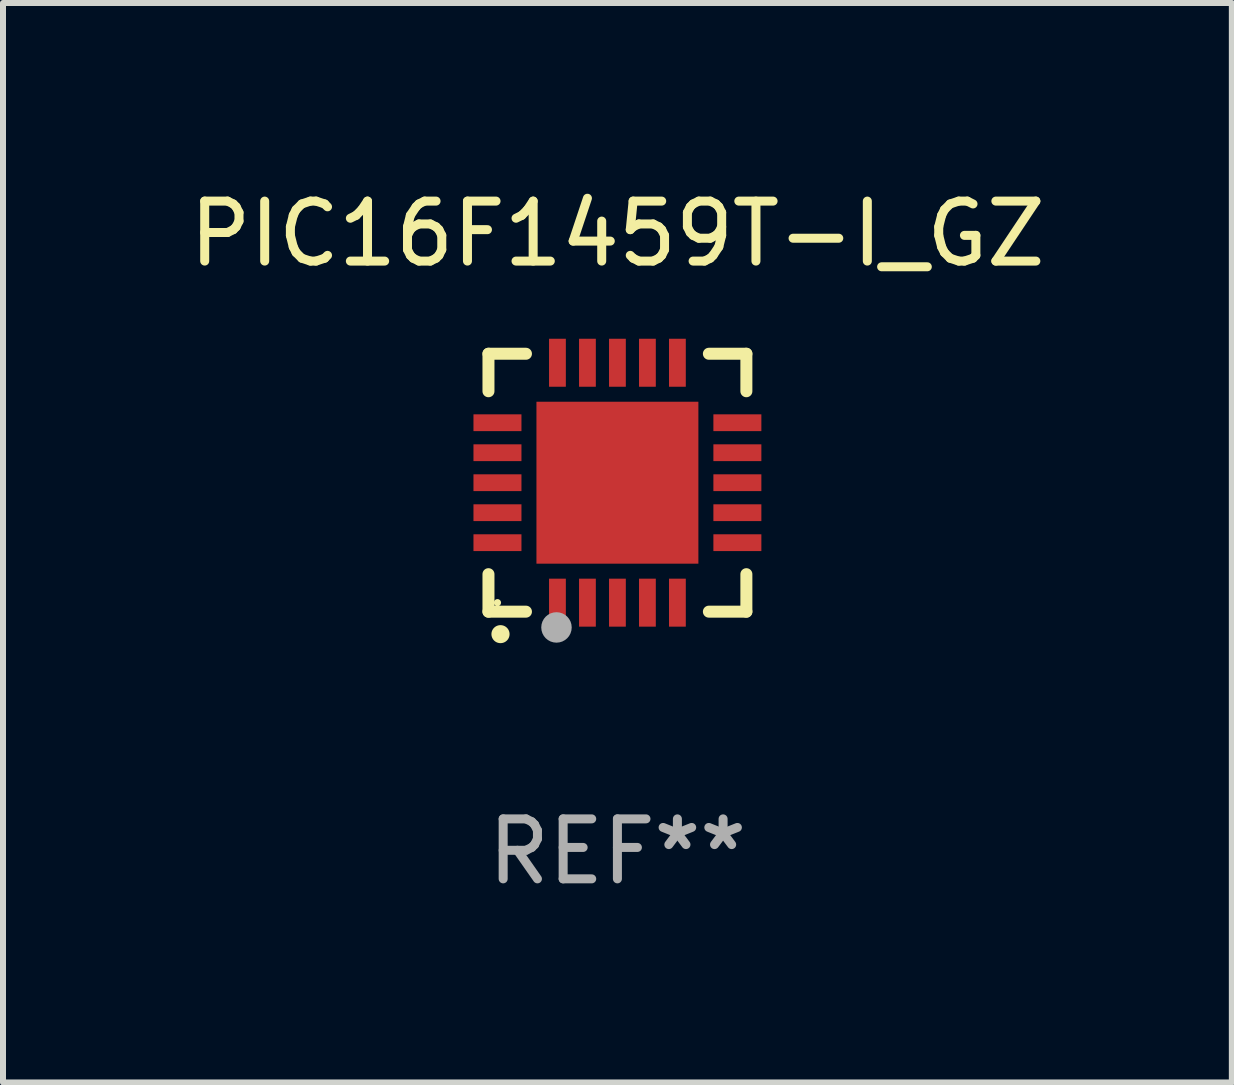
<source format=kicad_pcb>
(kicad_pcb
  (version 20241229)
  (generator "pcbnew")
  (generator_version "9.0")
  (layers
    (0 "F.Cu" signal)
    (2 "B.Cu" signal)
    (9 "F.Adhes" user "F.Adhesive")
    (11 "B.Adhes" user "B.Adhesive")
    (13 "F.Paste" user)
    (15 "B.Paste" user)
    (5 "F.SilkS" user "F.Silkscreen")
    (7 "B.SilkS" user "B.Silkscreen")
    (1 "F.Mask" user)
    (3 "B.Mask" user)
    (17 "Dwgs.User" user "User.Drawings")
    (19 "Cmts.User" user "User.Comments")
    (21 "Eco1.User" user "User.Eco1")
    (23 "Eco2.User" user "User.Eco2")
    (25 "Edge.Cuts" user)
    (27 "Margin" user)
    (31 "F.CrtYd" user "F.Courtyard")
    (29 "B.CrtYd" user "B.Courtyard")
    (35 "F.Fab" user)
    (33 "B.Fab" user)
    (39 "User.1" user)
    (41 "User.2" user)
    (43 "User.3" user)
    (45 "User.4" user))
  (footprint "PIC16F1459T-I_GZ"
    (layer "F.Cu")
    (at 7.244 4.998)
    (property "Reference" "PIC16F1459T-I_GZ" (at 0 -4.15 0) (layer "F.SilkS") (effects (font (size 1 1) (thickness 0.15))))
    (attr through_hole)
    (fp_line (start -2.15 -2.15) (end -2.15 -1.525) (stroke (width 0.2) (type solid)) (layer "F.SilkS"))
    (fp_line (start -2.15 2.15) (end -2.15 1.525) (stroke (width 0.2) (type solid)) (layer "F.SilkS"))
    (fp_line (start -1.525 -2.15) (end -2.15 -2.15) (stroke (width 0.2) (type solid)) (layer "F.SilkS"))
    (fp_line (start -1.525 2.15) (end -2.15 2.15) (stroke (width 0.2) (type solid)) (layer "F.SilkS"))
    (fp_line (start 1.525 2.15) (end 2.15 2.15) (stroke (width 0.2) (type solid)) (layer "F.SilkS"))
    (fp_line (start 2.15 -2.15) (end 1.525 -2.15) (stroke (width 0.2) (type solid)) (layer "F.SilkS"))
    (fp_line (start 2.15 -1.525) (end 2.15 -2.15) (stroke (width 0.2) (type solid)) (layer "F.SilkS"))
    (fp_line (start 2.15 2.15) (end 2.15 1.525) (stroke (width 0.2) (type solid)) (layer "F.SilkS"))
    (fp_arc (start -1.950724 2.524765) (mid -1.949454 2.52476) (end -1.948184 2.524765) (stroke (width 0.3) (type solid)) (layer "F.SilkS"))
    (fp_circle (center -2 2) (end -1.97 2) (stroke (width 0.06) (type solid)) (fill no) (layer "F.SilkS"))
    (fp_circle (center -1.016 2.413) (end -0.889 2.413) (stroke (width 0.254) (type solid)) (fill no) (layer "F.Fab"))
    (fp_text user "REF**" (at 0 6.15 0) (layer "F.Fab") (effects (font (size 1 1) (thickness 0.15))))
    (pad "1" smd rect (at -1 2 180) (size 0.28 0.8) (layers "F.Cu" "F.Mask" "F.Paste"))
    (pad "2" smd rect (at -0.5 2 180) (size 0.28 0.8) (layers "F.Cu" "F.Mask" "F.Paste"))
    (pad "3" smd rect (at 0 2 180) (size 0.28 0.8) (layers "F.Cu" "F.Mask" "F.Paste"))
    (pad "4" smd rect (at 0.5 2 180) (size 0.28 0.8) (layers "F.Cu" "F.Mask" "F.Paste"))
    (pad "5" smd rect (at 1 2 180) (size 0.28 0.8) (layers "F.Cu" "F.Mask" "F.Paste"))
    (pad "6" smd rect (at 2 1 90) (size 0.28 0.8) (layers "F.Cu" "F.Mask" "F.Paste"))
    (pad "7" smd rect (at 2 0.5 90) (size 0.28 0.8) (layers "F.Cu" "F.Mask" "F.Paste"))
    (pad "8" smd rect (at 2 0 90) (size 0.28 0.8) (layers "F.Cu" "F.Mask" "F.Paste"))
    (pad "9" smd rect (at 2 -0.5 90) (size 0.28 0.8) (layers "F.Cu" "F.Mask" "F.Paste"))
    (pad "10" smd rect (at 2 -1 90) (size 0.28 0.8) (layers "F.Cu" "F.Mask" "F.Paste"))
    (pad "11" smd rect (at 1 -2 180) (size 0.28 0.8) (layers "F.Cu" "F.Mask" "F.Paste"))
    (pad "12" smd rect (at 0.5 -2 180) (size 0.28 0.8) (layers "F.Cu" "F.Mask" "F.Paste"))
    (pad "13" smd rect (at 0 -2 180) (size 0.28 0.8) (layers "F.Cu" "F.Mask" "F.Paste"))
    (pad "14" smd rect (at -0.5 -2 180) (size 0.28 0.8) (layers "F.Cu" "F.Mask" "F.Paste"))
    (pad "15" smd rect (at -1 -2 180) (size 0.28 0.8) (layers "F.Cu" "F.Mask" "F.Paste"))
    (pad "16" smd rect (at -2 -1 90) (size 0.28 0.8) (layers "F.Cu" "F.Mask" "F.Paste"))
    (pad "17" smd rect (at -2 -0.5 90) (size 0.28 0.8) (layers "F.Cu" "F.Mask" "F.Paste"))
    (pad "18" smd rect (at -2 0 90) (size 0.28 0.8) (layers "F.Cu" "F.Mask" "F.Paste"))
    (pad "19" smd rect (at -2 0.5 90) (size 0.28 0.8) (layers "F.Cu" "F.Mask" "F.Paste"))
    (pad "20" smd rect (at -2 1 90) (size 0.28 0.8) (layers "F.Cu" "F.Mask" "F.Paste"))
    (pad "21" smd rect (at 0 0 90) (size 2.7 2.7) (layers "F.Cu" "F.Mask" "F.Paste")))
  (gr_rect
    (start -3 -3)
    (end 17.488 14.997)
    (stroke (width 0.1) (type default))
    (fill no)
    (layer "Edge.Cuts")))
</source>
